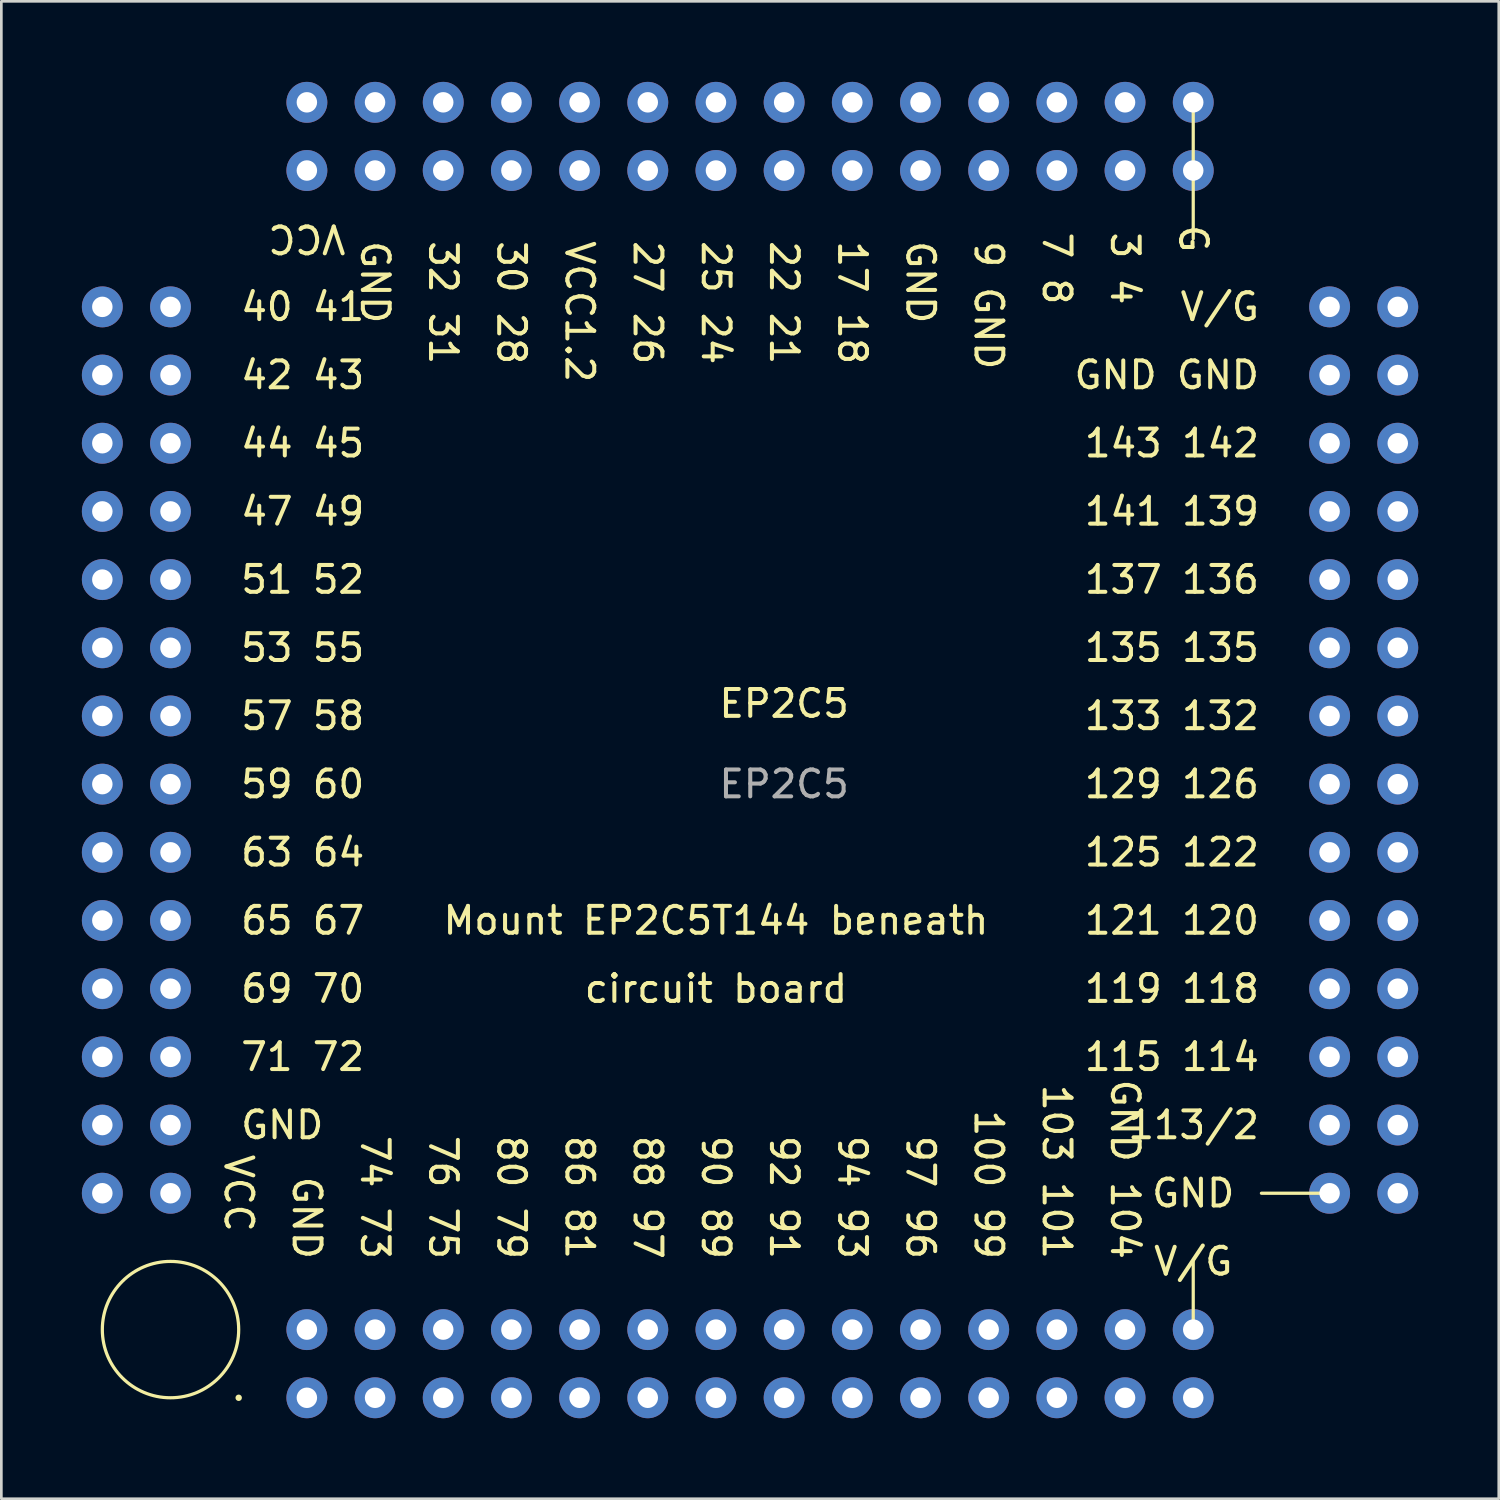
<source format=kicad_pcb>
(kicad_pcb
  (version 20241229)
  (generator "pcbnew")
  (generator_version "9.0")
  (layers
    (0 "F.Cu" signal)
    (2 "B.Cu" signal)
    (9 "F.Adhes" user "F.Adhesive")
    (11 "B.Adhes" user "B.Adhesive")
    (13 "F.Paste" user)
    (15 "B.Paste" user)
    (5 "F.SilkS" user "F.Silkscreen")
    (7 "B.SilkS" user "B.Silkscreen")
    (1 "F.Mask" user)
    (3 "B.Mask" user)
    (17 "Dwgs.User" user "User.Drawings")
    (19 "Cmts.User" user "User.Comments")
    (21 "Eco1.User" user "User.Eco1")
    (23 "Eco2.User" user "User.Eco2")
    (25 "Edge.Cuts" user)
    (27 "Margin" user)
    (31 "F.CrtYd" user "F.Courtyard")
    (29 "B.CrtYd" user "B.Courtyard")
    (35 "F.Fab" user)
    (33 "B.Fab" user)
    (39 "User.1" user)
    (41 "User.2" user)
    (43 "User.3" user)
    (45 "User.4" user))
  (footprint "EP2C5"
    (layer "F.Cu")
    (at 26.162 23.622)
    (property "Reference" "EP2C5" (at 0 -0.46 0) (unlocked yes) (layer "F.SilkS") (effects (font (size 1 1) (thickness 0.15))))
    (attr through_hole)
    (fp_line (start 15.24 -17.78) (end 15.24 -22.86) (stroke (width 0.12) (type solid)) (layer "F.SilkS"))
    (fp_line (start 15.24 20.32) (end 15.24 22.86) (stroke (width 0.12) (type solid)) (layer "F.SilkS"))
    (fp_line (start 17.78 17.78) (end 20.32 17.78) (stroke (width 0.12) (type solid)) (layer "F.SilkS"))
    (fp_circle (center -22.86 22.86) (end -20.32 22.86) (stroke (width 0.12) (type solid)) (fill no) (layer "F.SilkS"))
    (fp_circle (center -20.32 25.4) (end -20.32 25.4) (stroke (width 0.12) (type solid)) (fill no) (layer "F.SilkS"))
    (fp_text user "GND 104" (at 12.7 20.32 270) (unlocked yes) (layer "F.SilkS") (effects (font (size 1 1) (thickness 0.15)) (justify right)))
    (fp_text user "GND GND" (at 17.78 -12.7 0) (unlocked yes) (layer "F.SilkS") (effects (font (size 1 1) (thickness 0.15)) (justify right)))
    (fp_text user "GND" (at 15.24 17.78 0) (unlocked yes) (layer "F.SilkS") (effects (font (size 1 1) (thickness 0.15))))
    (fp_text user "121 120" (at 17.78 7.62 0) (unlocked yes) (layer "F.SilkS") (effects (font (size 1 1) (thickness 0.15)) (justify right)))
    (fp_text user "69 70" (at -20.32 10.16 0) (unlocked yes) (layer "F.SilkS") (effects (font (size 1 1) (thickness 0.15)) (justify left)))
    (fp_text user "V/G" (at 17.78 -15.24 0) (unlocked yes) (layer "F.SilkS") (effects (font (size 1 1) (thickness 0.15)) (justify right)))
    (fp_text user "100 99" (at 7.62 20.32 270) (unlocked yes) (layer "F.SilkS") (effects (font (size 1 1) (thickness 0.15)) (justify right)))
    (fp_text user "42 43" (at -20.32 -12.7 0) (unlocked yes) (layer "F.SilkS") (effects (font (size 1 1) (thickness 0.15)) (justify left)))
    (fp_text user "59 60" (at -20.32 2.54 0) (unlocked yes) (layer "F.SilkS") (effects (font (size 1 1) (thickness 0.15)) (justify left)))
    (fp_text user "30 28" (at -10.16 -17.78 270) (unlocked yes) (layer "F.SilkS") (effects (font (size 1 1) (thickness 0.15)) (justify left)))
    (fp_text user "119 118" (at 17.78 10.16 0) (unlocked yes) (layer "F.SilkS") (effects (font (size 1 1) (thickness 0.15)) (justify right)))
    (fp_text user "115 114" (at 17.78 12.7 0) (unlocked yes) (layer "F.SilkS") (effects (font (size 1 1) (thickness 0.15)) (justify right)))
    (fp_text user "103 101" (at 10.16 20.32 270) (unlocked yes) (layer "F.SilkS") (effects (font (size 1 1) (thickness 0.15)) (justify right)))
    (fp_text user "80 79" (at -10.16 20.32 270) (unlocked yes) (layer "F.SilkS") (effects (font (size 1 1) (thickness 0.15)) (justify right)))
    (fp_text user "G" (at 15.24 -17.78 270) (unlocked yes) (layer "F.SilkS") (effects (font (size 1 1) (thickness 0.15))))
    (fp_text user "86 81" (at -7.62 20.32 270) (unlocked yes) (layer "F.SilkS") (effects (font (size 1 1) (thickness 0.15)) (justify right)))
    (fp_text user "88 97" (at -5.08 20.32 270) (unlocked yes) (layer "F.SilkS") (effects (font (size 1 1) (thickness 0.15)) (justify right)))
    (fp_text user "51 52" (at -20.32 -5.08 0) (unlocked yes) (layer "F.SilkS") (effects (font (size 1 1) (thickness 0.15)) (justify left)))
    (fp_text user "GND" (at -17.78 20.32 270) (unlocked yes) (layer "F.SilkS") (effects (font (size 1 1) (thickness 0.15)) (justify right)))
    (fp_text user "63 64" (at -20.32 5.08 0) (unlocked yes) (layer "F.SilkS") (effects (font (size 1 1) (thickness 0.15)) (justify left)))
    (fp_text user "143 142" (at 17.78 -10.16 0) (unlocked yes) (layer "F.SilkS") (effects (font (size 1 1) (thickness 0.15)) (justify right)))
    (fp_text user "44 45" (at -20.32 -10.16 0) (unlocked yes) (layer "F.SilkS") (effects (font (size 1 1) (thickness 0.15)) (justify left)))
    (fp_text user "113/2" (at 17.78 15.24 0) (unlocked yes) (layer "F.SilkS") (effects (font (size 1 1) (thickness 0.15)) (justify right)))
    (fp_text user "94 93" (at 2.54 20.32 270) (unlocked yes) (layer "F.SilkS") (effects (font (size 1 1) (thickness 0.15)) (justify right)))
    (fp_text user "circuit board" (at -2.54 10.16 0) (unlocked yes) (layer "F.SilkS") (effects (font (size 1 1) (thickness 0.15))))
    (fp_text user "Mount EP2C5T144 beneath" (at -2.54 7.62 0) (unlocked yes) (layer "F.SilkS") (effects (font (size 1 1) (thickness 0.15))))
    (fp_text user "V/G" (at 15.24 20.32 0) (unlocked yes) (layer "F.SilkS") (effects (font (size 1 1) (thickness 0.15))))
    (fp_text user "90 89" (at -2.54 20.32 270) (unlocked yes) (layer "F.SilkS") (effects (font (size 1 1) (thickness 0.15)) (justify right)))
    (fp_text user "125 122" (at 17.78 5.08 0) (unlocked yes) (layer "F.SilkS") (effects (font (size 1 1) (thickness 0.15)) (justify right)))
    (fp_text user "VCC" (at -17.78 -17.78 180) (unlocked yes) (layer "F.SilkS") (effects (font (size 1 1) (thickness 0.15))))
    (fp_text user "32 31" (at -12.7 -17.78 270) (unlocked yes) (layer "F.SilkS") (effects (font (size 1 1) (thickness 0.15)) (justify left)))
    (fp_text user "GND" (at -15.24 -17.78 270) (unlocked yes) (layer "F.SilkS") (effects (font (size 1 1) (thickness 0.15)) (justify left)))
    (fp_text user "97 96" (at 5.08 20.32 270) (unlocked yes) (layer "F.SilkS") (effects (font (size 1 1) (thickness 0.15)) (justify right)))
    (fp_text user "76 75" (at -12.7 20.32 270) (unlocked yes) (layer "F.SilkS") (effects (font (size 1 1) (thickness 0.15)) (justify right)))
    (fp_text user "57 58" (at -20.32 0 0) (unlocked yes) (layer "F.SilkS") (effects (font (size 1 1) (thickness 0.15)) (justify left)))
    (fp_text user "129 126" (at 17.78 2.54 0) (unlocked yes) (layer "F.SilkS") (effects (font (size 1 1) (thickness 0.15)) (justify right)))
    (fp_text user "VCC1.2" (at -7.62 -17.78 270) (unlocked yes) (layer "F.SilkS") (effects (font (size 1 1) (thickness 0.15)) (justify left)))
    (fp_text user "17 18" (at 2.54 -17.78 270) (unlocked yes) (layer "F.SilkS") (effects (font (size 1 1) (thickness 0.15)) (justify left)))
    (fp_text user "27 26" (at -5.08 -17.78 270) (unlocked yes) (layer "F.SilkS") (effects (font (size 1 1) (thickness 0.15)) (justify left)))
    (fp_text user "7 8" (at 10.16 -15.24 270) (unlocked yes) (layer "F.SilkS") (effects (font (size 1 1) (thickness 0.15)) (justify right)))
    (fp_text user "40 41" (at -20.32 -15.24 0) (unlocked yes) (layer "F.SilkS") (effects (font (size 1 1) (thickness 0.15)) (justify left)))
    (fp_text user "47 49" (at -20.32 -7.62 0) (unlocked yes) (layer "F.SilkS") (effects (font (size 1 1) (thickness 0.15)) (justify left)))
    (fp_text user "GND" (at -20.32 15.24 0) (unlocked yes) (layer "F.SilkS") (effects (font (size 1 1) (thickness 0.15)) (justify left)))
    (fp_text user "25 24" (at -2.54 -17.78 270) (unlocked yes) (layer "F.SilkS") (effects (font (size 1 1) (thickness 0.15)) (justify left)))
    (fp_text user "133 132" (at 17.78 0 0) (unlocked yes) (layer "F.SilkS") (effects (font (size 1 1) (thickness 0.15)) (justify right)))
    (fp_text user "137 136" (at 17.78 -5.08 0) (unlocked yes) (layer "F.SilkS") (effects (font (size 1 1) (thickness 0.15)) (justify right)))
    (fp_text user "74 73" (at -15.24 20.32 270) (unlocked yes) (layer "F.SilkS") (effects (font (size 1 1) (thickness 0.15)) (justify right)))
    (fp_text user "65 67" (at -20.32 7.62 0) (unlocked yes) (layer "F.SilkS") (effects (font (size 1 1) (thickness 0.15)) (justify left)))
    (fp_text user "141 139" (at 17.78 -7.62 0) (unlocked yes) (layer "F.SilkS") (effects (font (size 1 1) (thickness 0.15)) (justify right)))
    (fp_text user "92 91" (at 0 20.32 270) (unlocked yes) (layer "F.SilkS") (effects (font (size 1 1) (thickness 0.15)) (justify right)))
    (fp_text user "GND" (at 5.08 -17.78 270) (unlocked yes) (layer "F.SilkS") (effects (font (size 1 1) (thickness 0.15)) (justify left)))
    (fp_text user "71 72" (at -20.32 12.7 0) (unlocked yes) (layer "F.SilkS") (effects (font (size 1 1) (thickness 0.15)) (justify left)))
    (fp_text user "135 135" (at 17.78 -2.54 0) (unlocked yes) (layer "F.SilkS") (effects (font (size 1 1) (thickness 0.15)) (justify right)))
    (fp_text user "53 55" (at -20.32 -2.54 0) (unlocked yes) (layer "F.SilkS") (effects (font (size 1 1) (thickness 0.15)) (justify left)))
    (fp_text user "3 4" (at 12.7 -15.24 270) (unlocked yes) (layer "F.SilkS") (effects (font (size 1 1) (thickness 0.15)) (justify right)))
    (fp_text user "9 GND" (at 7.62 -17.78 270) (unlocked yes) (layer "F.SilkS") (effects (font (size 1 1) (thickness 0.15)) (justify left)))
    (fp_text user "22 21" (at 0 -17.78 270) (unlocked yes) (layer "F.SilkS") (effects (font (size 1 1) (thickness 0.15)) (justify left)))
    (fp_text user "VCC" (at -20.32 17.78 270) (unlocked yes) (layer "F.SilkS") (effects (font (size 1 1) (thickness 0.15))))
    (fp_text user "${REFERENCE}" (at 0 2.54 0) (unlocked yes) (layer "F.Fab") (effects (font (size 1 1) (thickness 0.15))))
    (pad "101" thru_hole circle (at -17.78 25.4) (size 1.524 1.524) (drill 0.762) (layers "*.Cu" "*.Mask"))
    (pad "102" thru_hole circle (at -17.78 22.86) (size 1.524 1.524) (drill 0.762) (layers "*.Cu" "*.Mask"))
    (pad "103" thru_hole circle (at -15.24 25.4) (size 1.524 1.524) (drill 0.762) (layers "*.Cu" "*.Mask"))
    (pad "104" thru_hole circle (at -15.24 22.86) (size 1.524 1.524) (drill 0.762) (layers "*.Cu" "*.Mask"))
    (pad "105" thru_hole circle (at -12.7 25.4) (size 1.524 1.524) (drill 0.762) (layers "*.Cu" "*.Mask"))
    (pad "106" thru_hole circle (at -12.7 22.86) (size 1.524 1.524) (drill 0.762) (layers "*.Cu" "*.Mask"))
    (pad "107" thru_hole circle (at -10.16 25.4) (size 1.524 1.524) (drill 0.762) (layers "*.Cu" "*.Mask"))
    (pad "108" thru_hole circle (at -10.16 22.86) (size 1.524 1.524) (drill 0.762) (layers "*.Cu" "*.Mask"))
    (pad "109" thru_hole circle (at -7.62 25.4) (size 1.524 1.524) (drill 0.762) (layers "*.Cu" "*.Mask"))
    (pad "110" thru_hole circle (at -7.62 22.86) (size 1.524 1.524) (drill 0.762) (layers "*.Cu" "*.Mask"))
    (pad "111" thru_hole circle (at -5.08 25.4) (size 1.524 1.524) (drill 0.762) (layers "*.Cu" "*.Mask"))
    (pad "112" thru_hole circle (at -5.08 22.86) (size 1.524 1.524) (drill 0.762) (layers "*.Cu" "*.Mask"))
    (pad "113" thru_hole circle (at -2.54 25.4) (size 1.524 1.524) (drill 0.762) (layers "*.Cu" "*.Mask"))
    (pad "114" thru_hole circle (at -2.54 22.86) (size 1.524 1.524) (drill 0.762) (layers "*.Cu" "*.Mask"))
    (pad "115" thru_hole circle (at 0 25.4) (size 1.524 1.524) (drill 0.762) (layers "*.Cu" "*.Mask"))
    (pad "116" thru_hole circle (at 0 22.86) (size 1.524 1.524) (drill 0.762) (layers "*.Cu" "*.Mask"))
    (pad "117" thru_hole circle (at 2.54 25.4) (size 1.524 1.524) (drill 0.762) (layers "*.Cu" "*.Mask"))
    (pad "118" thru_hole circle (at 2.54 22.86) (size 1.524 1.524) (drill 0.762) (layers "*.Cu" "*.Mask"))
    (pad "119" thru_hole circle (at 5.08 25.4) (size 1.524 1.524) (drill 0.762) (layers "*.Cu" "*.Mask"))
    (pad "120" thru_hole circle (at 5.08 22.86) (size 1.524 1.524) (drill 0.762) (layers "*.Cu" "*.Mask"))
    (pad "121" thru_hole circle (at 7.62 25.4) (size 1.524 1.524) (drill 0.762) (layers "*.Cu" "*.Mask"))
    (pad "122" thru_hole circle (at 7.62 22.86) (size 1.524 1.524) (drill 0.762) (layers "*.Cu" "*.Mask"))
    (pad "123" thru_hole circle (at 10.16 25.4) (size 1.524 1.524) (drill 0.762) (layers "*.Cu" "*.Mask"))
    (pad "124" thru_hole circle (at 10.16 22.86) (size 1.524 1.524) (drill 0.762) (layers "*.Cu" "*.Mask"))
    (pad "125" thru_hole circle (at 12.7 25.4) (size 1.524 1.524) (drill 0.762) (layers "*.Cu" "*.Mask"))
    (pad "126" thru_hole circle (at 12.7 22.86) (size 1.524 1.524) (drill 0.762) (layers "*.Cu" "*.Mask"))
    (pad "127" thru_hole circle (at 15.24 25.4) (size 1.524 1.524) (drill 0.762) (layers "*.Cu" "*.Mask"))
    (pad "128" thru_hole circle (at 15.24 22.86) (size 1.524 1.524) (drill 0.762) (layers "*.Cu" "*.Mask"))
    (pad "201" thru_hole circle (at 22.86 17.78) (size 1.524 1.524) (drill 0.762) (layers "*.Cu" "*.Mask"))
    (pad "202" thru_hole circle (at 20.32 17.78) (size 1.524 1.524) (drill 0.762) (layers "*.Cu" "*.Mask"))
    (pad "203" thru_hole circle (at 22.86 15.24) (size 1.524 1.524) (drill 0.762) (layers "*.Cu" "*.Mask"))
    (pad "204" thru_hole circle (at 20.32 15.24) (size 1.524 1.524) (drill 0.762) (layers "*.Cu" "*.Mask"))
    (pad "205" thru_hole circle (at 22.86 12.7) (size 1.524 1.524) (drill 0.762) (layers "*.Cu" "*.Mask"))
    (pad "206" thru_hole circle (at 20.32 12.7) (size 1.524 1.524) (drill 0.762) (layers "*.Cu" "*.Mask"))
    (pad "207" thru_hole circle (at 22.86 10.16) (size 1.524 1.524) (drill 0.762) (layers "*.Cu" "*.Mask"))
    (pad "208" thru_hole circle (at 20.32 10.16) (size 1.524 1.524) (drill 0.762) (layers "*.Cu" "*.Mask"))
    (pad "209" thru_hole circle (at 22.86 7.62) (size 1.524 1.524) (drill 0.762) (layers "*.Cu" "*.Mask"))
    (pad "210" thru_hole circle (at 20.32 7.62) (size 1.524 1.524) (drill 0.762) (layers "*.Cu" "*.Mask"))
    (pad "211" thru_hole circle (at 22.86 5.08) (size 1.524 1.524) (drill 0.762) (layers "*.Cu" "*.Mask"))
    (pad "212" thru_hole circle (at 20.32 5.08) (size 1.524 1.524) (drill 0.762) (layers "*.Cu" "*.Mask"))
    (pad "213" thru_hole circle (at 22.86 2.54) (size 1.524 1.524) (drill 0.762) (layers "*.Cu" "*.Mask"))
    (pad "214" thru_hole circle (at 20.32 2.54) (size 1.524 1.524) (drill 0.762) (layers "*.Cu" "*.Mask"))
    (pad "215" thru_hole circle (at 22.86 0) (size 1.524 1.524) (drill 0.762) (layers "*.Cu" "*.Mask"))
    (pad "216" thru_hole circle (at 20.32 0) (size 1.524 1.524) (drill 0.762) (layers "*.Cu" "*.Mask"))
    (pad "217" thru_hole circle (at 22.86 -2.54) (size 1.524 1.524) (drill 0.762) (layers "*.Cu" "*.Mask"))
    (pad "218" thru_hole circle (at 20.32 -2.54) (size 1.524 1.524) (drill 0.762) (layers "*.Cu" "*.Mask"))
    (pad "219" thru_hole circle (at 22.86 -5.08) (size 1.524 1.524) (drill 0.762) (layers "*.Cu" "*.Mask"))
    (pad "220" thru_hole circle (at 20.32 -5.08) (size 1.524 1.524) (drill 0.762) (layers "*.Cu" "*.Mask"))
    (pad "221" thru_hole circle (at 22.86 -7.62) (size 1.524 1.524) (drill 0.762) (layers "*.Cu" "*.Mask"))
    (pad "222" thru_hole circle (at 20.32 -7.62) (size 1.524 1.524) (drill 0.762) (layers "*.Cu" "*.Mask"))
    (pad "223" thru_hole circle (at 22.86 -10.16) (size 1.524 1.524) (drill 0.762) (layers "*.Cu" "*.Mask"))
    (pad "224" thru_hole circle (at 20.32 -10.16) (size 1.524 1.524) (drill 0.762) (layers "*.Cu" "*.Mask"))
    (pad "225" thru_hole circle (at 22.86 -12.7) (size 1.524 1.524) (drill 0.762) (layers "*.Cu" "*.Mask"))
    (pad "226" thru_hole circle (at 20.32 -12.7) (size 1.524 1.524) (drill 0.762) (layers "*.Cu" "*.Mask"))
    (pad "227" thru_hole circle (at 22.86 -15.24) (size 1.524 1.524) (drill 0.762) (layers "*.Cu" "*.Mask"))
    (pad "228" thru_hole circle (at 20.32 -15.24) (size 1.524 1.524) (drill 0.762) (layers "*.Cu" "*.Mask"))
    (pad "301" thru_hole circle (at 15.24 -22.86) (size 1.524 1.524) (drill 0.762) (layers "*.Cu" "*.Mask"))
    (pad "302" thru_hole circle (at 15.24 -20.32) (size 1.524 1.524) (drill 0.762) (layers "*.Cu" "*.Mask"))
    (pad "303" thru_hole circle (at 12.7 -22.86) (size 1.524 1.524) (drill 0.762) (layers "*.Cu" "*.Mask"))
    (pad "304" thru_hole circle (at 12.7 -20.32) (size 1.524 1.524) (drill 0.762) (layers "*.Cu" "*.Mask"))
    (pad "305" thru_hole circle (at 10.16 -22.86) (size 1.524 1.524) (drill 0.762) (layers "*.Cu" "*.Mask"))
    (pad "306" thru_hole circle (at 10.16 -20.32) (size 1.524 1.524) (drill 0.762) (layers "*.Cu" "*.Mask"))
    (pad "307" thru_hole circle (at 7.62 -22.86) (size 1.524 1.524) (drill 0.762) (layers "*.Cu" "*.Mask"))
    (pad "308" thru_hole circle (at 7.62 -20.32) (size 1.524 1.524) (drill 0.762) (layers "*.Cu" "*.Mask"))
    (pad "309" thru_hole circle (at 5.08 -22.86) (size 1.524 1.524) (drill 0.762) (layers "*.Cu" "*.Mask"))
    (pad "310" thru_hole circle (at 5.08 -20.32) (size 1.524 1.524) (drill 0.762) (layers "*.Cu" "*.Mask"))
    (pad "311" thru_hole circle (at 2.54 -22.86) (size 1.524 1.524) (drill 0.762) (layers "*.Cu" "*.Mask"))
    (pad "312" thru_hole circle (at 2.54 -20.32) (size 1.524 1.524) (drill 0.762) (layers "*.Cu" "*.Mask"))
    (pad "313" thru_hole circle (at 0 -22.86) (size 1.524 1.524) (drill 0.762) (layers "*.Cu" "*.Mask"))
    (pad "314" thru_hole circle (at 0 -20.32) (size 1.524 1.524) (drill 0.762) (layers "*.Cu" "*.Mask"))
    (pad "315" thru_hole circle (at -2.54 -22.86) (size 1.524 1.524) (drill 0.762) (layers "*.Cu" "*.Mask"))
    (pad "316" thru_hole circle (at -2.54 -20.32) (size 1.524 1.524) (drill 0.762) (layers "*.Cu" "*.Mask"))
    (pad "317" thru_hole circle (at -5.08 -22.86) (size 1.524 1.524) (drill 0.762) (layers "*.Cu" "*.Mask"))
    (pad "318" thru_hole circle (at -5.08 -20.32) (size 1.524 1.524) (drill 0.762) (layers "*.Cu" "*.Mask"))
    (pad "319" thru_hole circle (at -7.62 -22.86) (size 1.524 1.524) (drill 0.762) (layers "*.Cu" "*.Mask"))
    (pad "320" thru_hole circle (at -7.62 -20.32) (size 1.524 1.524) (drill 0.762) (layers "*.Cu" "*.Mask"))
    (pad "321" thru_hole circle (at -10.16 -22.86) (size 1.524 1.524) (drill 0.762) (layers "*.Cu" "*.Mask"))
    (pad "322" thru_hole circle (at -10.16 -20.32) (size 1.524 1.524) (drill 0.762) (layers "*.Cu" "*.Mask"))
    (pad "323" thru_hole circle (at -12.7 -22.86) (size 1.524 1.524) (drill 0.762) (layers "*.Cu" "*.Mask"))
    (pad "324" thru_hole circle (at -12.7 -20.32) (size 1.524 1.524) (drill 0.762) (layers "*.Cu" "*.Mask"))
    (pad "325" thru_hole circle (at -15.24 -22.86) (size 1.524 1.524) (drill 0.762) (layers "*.Cu" "*.Mask"))
    (pad "326" thru_hole circle (at -15.24 -20.32) (size 1.524 1.524) (drill 0.762) (layers "*.Cu" "*.Mask"))
    (pad "327" thru_hole circle (at -17.78 -22.86) (size 1.524 1.524) (drill 0.762) (layers "*.Cu" "*.Mask"))
    (pad "328" thru_hole circle (at -17.78 -20.32) (size 1.524 1.524) (drill 0.762) (layers "*.Cu" "*.Mask"))
    (pad "401" thru_hole circle (at -25.4 -15.24) (size 1.524 1.524) (drill 0.762) (layers "*.Cu" "*.Mask"))
    (pad "402" thru_hole circle (at -22.86 -15.24) (size 1.524 1.524) (drill 0.762) (layers "*.Cu" "*.Mask"))
    (pad "403" thru_hole circle (at -25.4 -12.7) (size 1.524 1.524) (drill 0.762) (layers "*.Cu" "*.Mask"))
    (pad "404" thru_hole circle (at -22.86 -12.7) (size 1.524 1.524) (drill 0.762) (layers "*.Cu" "*.Mask"))
    (pad "405" thru_hole circle (at -25.4 -10.16) (size 1.524 1.524) (drill 0.762) (layers "*.Cu" "*.Mask"))
    (pad "406" thru_hole circle (at -22.86 -10.16) (size 1.524 1.524) (drill 0.762) (layers "*.Cu" "*.Mask"))
    (pad "407" thru_hole circle (at -25.4 -7.62) (size 1.524 1.524) (drill 0.762) (layers "*.Cu" "*.Mask"))
    (pad "408" thru_hole circle (at -22.86 -7.62) (size 1.524 1.524) (drill 0.762) (layers "*.Cu" "*.Mask"))
    (pad "409" thru_hole circle (at -25.4 -5.08) (size 1.524 1.524) (drill 0.762) (layers "*.Cu" "*.Mask"))
    (pad "410" thru_hole circle (at -22.86 -5.08) (size 1.524 1.524) (drill 0.762) (layers "*.Cu" "*.Mask"))
    (pad "411" thru_hole circle (at -25.4 -2.54) (size 1.524 1.524) (drill 0.762) (layers "*.Cu" "*.Mask"))
    (pad "412" thru_hole circle (at -22.86 -2.54) (size 1.524 1.524) (drill 0.762) (layers "*.Cu" "*.Mask"))
    (pad "413" thru_hole circle (at -25.4 0) (size 1.524 1.524) (drill 0.762) (layers "*.Cu" "*.Mask"))
    (pad "414" thru_hole circle (at -22.86 0) (size 1.524 1.524) (drill 0.762) (layers "*.Cu" "*.Mask"))
    (pad "415" thru_hole circle (at -25.4 2.54) (size 1.524 1.524) (drill 0.762) (layers "*.Cu" "*.Mask"))
    (pad "416" thru_hole circle (at -22.86 2.54) (size 1.524 1.524) (drill 0.762) (layers "*.Cu" "*.Mask"))
    (pad "417" thru_hole circle (at -25.4 5.08) (size 1.524 1.524) (drill 0.762) (layers "*.Cu" "*.Mask"))
    (pad "418" thru_hole circle (at -22.86 5.08) (size 1.524 1.524) (drill 0.762) (layers "*.Cu" "*.Mask"))
    (pad "419" thru_hole circle (at -25.4 7.62) (size 1.524 1.524) (drill 0.762) (layers "*.Cu" "*.Mask"))
    (pad "420" thru_hole circle (at -22.86 7.62) (size 1.524 1.524) (drill 0.762) (layers "*.Cu" "*.Mask"))
    (pad "421" thru_hole circle (at -25.4 10.16) (size 1.524 1.524) (drill 0.762) (layers "*.Cu" "*.Mask"))
    (pad "422" thru_hole circle (at -22.86 10.16) (size 1.524 1.524) (drill 0.762) (layers "*.Cu" "*.Mask"))
    (pad "423" thru_hole circle (at -25.4 12.7) (size 1.524 1.524) (drill 0.762) (layers "*.Cu" "*.Mask"))
    (pad "424" thru_hole circle (at -22.86 12.7) (size 1.524 1.524) (drill 0.762) (layers "*.Cu" "*.Mask"))
    (pad "425" thru_hole circle (at -25.4 15.24) (size 1.524 1.524) (drill 0.762) (layers "*.Cu" "*.Mask"))
    (pad "426" thru_hole circle (at -22.86 15.24) (size 1.524 1.524) (drill 0.762) (layers "*.Cu" "*.Mask"))
    (pad "427" thru_hole circle (at -25.4 17.78) (size 1.524 1.524) (drill 0.762) (layers "*.Cu" "*.Mask"))
    (pad "428" thru_hole circle (at -22.86 17.78) (size 1.524 1.524) (drill 0.762) (layers "*.Cu" "*.Mask")))
  (gr_rect
    (start -3 -3)
    (end 52.784 52.784)
    (stroke (width 0.1) (type default))
    (fill no)
    (layer "Edge.Cuts")))
</source>
